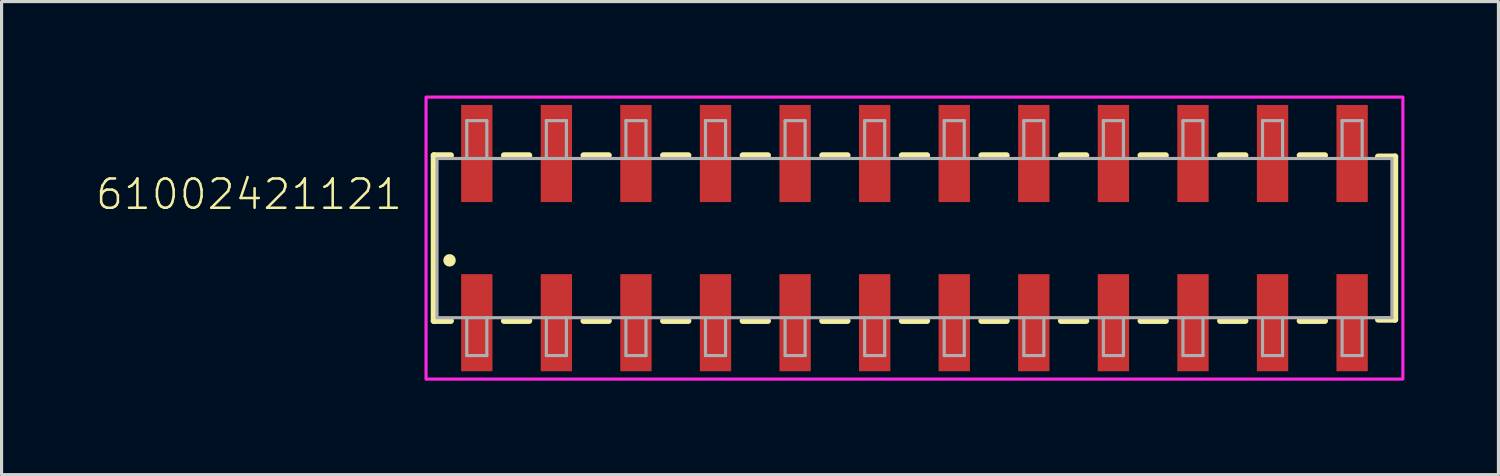
<source format=kicad_pcb>
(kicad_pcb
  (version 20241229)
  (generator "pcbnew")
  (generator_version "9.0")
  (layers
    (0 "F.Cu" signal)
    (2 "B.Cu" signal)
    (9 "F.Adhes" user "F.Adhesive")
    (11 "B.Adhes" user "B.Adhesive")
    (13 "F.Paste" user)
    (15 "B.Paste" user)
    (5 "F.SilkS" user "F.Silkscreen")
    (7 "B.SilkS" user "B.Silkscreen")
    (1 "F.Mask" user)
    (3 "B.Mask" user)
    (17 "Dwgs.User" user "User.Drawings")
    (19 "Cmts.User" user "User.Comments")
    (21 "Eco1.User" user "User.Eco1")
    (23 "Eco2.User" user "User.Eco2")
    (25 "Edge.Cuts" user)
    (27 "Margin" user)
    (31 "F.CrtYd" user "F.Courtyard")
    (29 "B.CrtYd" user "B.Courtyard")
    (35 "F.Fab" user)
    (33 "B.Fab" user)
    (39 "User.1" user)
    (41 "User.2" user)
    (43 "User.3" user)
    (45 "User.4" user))
  (footprint "61002421121"
    (layer "F.Cu")
    (at 26.139 4.55)
    (property "Reference" "61002421121" (at -16.29 -0.85 0) (unlocked yes) (layer "F.SilkS") (effects (font (size 0.935 0.935) (thickness 0.081)) (justify right bottom)))
    (fp_line (start -15.34 -2.64) (end -15.34 2.64) (stroke (width 0.2) (type solid)) (layer "F.SilkS"))
    (fp_line (start -15.34 2.64) (end -14.8 2.64) (stroke (width 0.2) (type solid)) (layer "F.SilkS"))
    (fp_line (start -14.8 -2.64) (end -15.34 -2.64) (stroke (width 0.2) (type solid)) (layer "F.SilkS"))
    (fp_line (start -13.1 2.64) (end -12.3 2.64) (stroke (width 0.2) (type solid)) (layer "F.SilkS"))
    (fp_line (start -12.3 -2.64) (end -13.1 -2.64) (stroke (width 0.2) (type solid)) (layer "F.SilkS"))
    (fp_line (start -10.56 2.64) (end -9.76 2.64) (stroke (width 0.2) (type solid)) (layer "F.SilkS"))
    (fp_line (start -9.76 -2.64) (end -10.56 -2.64) (stroke (width 0.2) (type solid)) (layer "F.SilkS"))
    (fp_line (start -8.02 2.64) (end -7.22 2.64) (stroke (width 0.2) (type solid)) (layer "F.SilkS"))
    (fp_line (start -7.22 -2.64) (end -8.02 -2.64) (stroke (width 0.2) (type solid)) (layer "F.SilkS"))
    (fp_line (start -5.48 2.64) (end -4.68 2.64) (stroke (width 0.2) (type solid)) (layer "F.SilkS"))
    (fp_line (start -4.68 -2.64) (end -5.48 -2.64) (stroke (width 0.2) (type solid)) (layer "F.SilkS"))
    (fp_line (start -2.94 2.64) (end -2.14 2.64) (stroke (width 0.2) (type solid)) (layer "F.SilkS"))
    (fp_line (start -2.14 -2.64) (end -2.94 -2.64) (stroke (width 0.2) (type solid)) (layer "F.SilkS"))
    (fp_line (start -0.4 2.64) (end 0.4 2.64) (stroke (width 0.2) (type solid)) (layer "F.SilkS"))
    (fp_line (start 0.4 -2.64) (end -0.4 -2.64) (stroke (width 0.2) (type solid)) (layer "F.SilkS"))
    (fp_line (start 2.14 2.64) (end 2.94 2.64) (stroke (width 0.2) (type solid)) (layer "F.SilkS"))
    (fp_line (start 2.94 -2.64) (end 2.14 -2.64) (stroke (width 0.2) (type solid)) (layer "F.SilkS"))
    (fp_line (start 4.68 2.64) (end 5.48 2.64) (stroke (width 0.2) (type solid)) (layer "F.SilkS"))
    (fp_line (start 5.48 -2.64) (end 4.68 -2.64) (stroke (width 0.2) (type solid)) (layer "F.SilkS"))
    (fp_line (start 7.22 2.64) (end 8.02 2.64) (stroke (width 0.2) (type solid)) (layer "F.SilkS"))
    (fp_line (start 8.02 -2.64) (end 7.22 -2.64) (stroke (width 0.2) (type solid)) (layer "F.SilkS"))
    (fp_line (start 9.76 2.64) (end 10.56 2.64) (stroke (width 0.2) (type solid)) (layer "F.SilkS"))
    (fp_line (start 10.56 -2.64) (end 9.76 -2.64) (stroke (width 0.2) (type solid)) (layer "F.SilkS"))
    (fp_line (start 12.3 2.64) (end 13.1 2.64) (stroke (width 0.2) (type solid)) (layer "F.SilkS"))
    (fp_line (start 13.1 -2.64) (end 12.3 -2.64) (stroke (width 0.2) (type solid)) (layer "F.SilkS"))
    (fp_line (start 14.8 -2.6) (end 15.34 -2.6) (stroke (width 0.2) (type solid)) (layer "F.SilkS"))
    (fp_line (start 15.34 -2.6) (end 15.34 2.6) (stroke (width 0.2) (type solid)) (layer "F.SilkS"))
    (fp_line (start 15.34 2.6) (end 14.8 2.6) (stroke (width 0.2) (type solid)) (layer "F.SilkS"))
    (fp_circle (center -14.84 0.71) (end -14.74 0.71) (stroke (width 0.2) (type solid)) (fill no) (layer "F.SilkS"))
    (fp_poly (pts (xy 15.59 4.5) (xy -15.59 4.5) (xy -15.59 -4.5) (xy 15.59 -4.5)) (stroke (width 0.1) (type default)) (fill no) (layer "F.CrtYd"))
    (fp_line (start -15.24 -2.54) (end -15.24 2.54) (stroke (width 0.1) (type solid)) (layer "F.Fab"))
    (fp_line (start -15.24 2.54) (end 15.24 2.54) (stroke (width 0.1) (type solid)) (layer "F.Fab"))
    (fp_line (start -14.29 -3.75) (end -13.65 -3.75) (stroke (width 0.1) (type solid)) (layer "F.Fab"))
    (fp_line (start -14.29 -2.54) (end -15.24 -2.54) (stroke (width 0.1) (type solid)) (layer "F.Fab"))
    (fp_line (start -14.29 -2.54) (end -14.29 -3.75) (stroke (width 0.1) (type solid)) (layer "F.Fab"))
    (fp_line (start -14.29 3.75) (end -14.29 2.54) (stroke (width 0.1) (type solid)) (layer "F.Fab"))
    (fp_line (start -13.65 -3.75) (end -13.65 -2.54) (stroke (width 0.1) (type solid)) (layer "F.Fab"))
    (fp_line (start -13.65 -2.54) (end -14.29 -2.54) (stroke (width 0.1) (type solid)) (layer "F.Fab"))
    (fp_line (start -13.65 2.54) (end -13.65 3.75) (stroke (width 0.1) (type solid)) (layer "F.Fab"))
    (fp_line (start -13.65 3.75) (end -14.29 3.75) (stroke (width 0.1) (type solid)) (layer "F.Fab"))
    (fp_line (start -11.75 -3.75) (end -11.11 -3.75) (stroke (width 0.1) (type solid)) (layer "F.Fab"))
    (fp_line (start -11.75 -2.54) (end -11.75 -3.75) (stroke (width 0.1) (type solid)) (layer "F.Fab"))
    (fp_line (start -11.75 3.75) (end -11.75 2.54) (stroke (width 0.1) (type solid)) (layer "F.Fab"))
    (fp_line (start -11.11 -3.75) (end -11.11 -2.54) (stroke (width 0.1) (type solid)) (layer "F.Fab"))
    (fp_line (start -11.11 2.54) (end -11.11 3.75) (stroke (width 0.1) (type solid)) (layer "F.Fab"))
    (fp_line (start -11.11 3.75) (end -11.75 3.75) (stroke (width 0.1) (type solid)) (layer "F.Fab"))
    (fp_line (start -9.21 -3.75) (end -8.57 -3.75) (stroke (width 0.1) (type solid)) (layer "F.Fab"))
    (fp_line (start -9.21 -2.54) (end -9.21 -3.75) (stroke (width 0.1) (type solid)) (layer "F.Fab"))
    (fp_line (start -9.21 3.75) (end -9.21 2.54) (stroke (width 0.1) (type solid)) (layer "F.Fab"))
    (fp_line (start -8.57 -3.75) (end -8.57 -2.54) (stroke (width 0.1) (type solid)) (layer "F.Fab"))
    (fp_line (start -8.57 2.54) (end -8.57 3.75) (stroke (width 0.1) (type solid)) (layer "F.Fab"))
    (fp_line (start -8.57 3.75) (end -9.21 3.75) (stroke (width 0.1) (type solid)) (layer "F.Fab"))
    (fp_line (start -6.67 -3.75) (end -6.03 -3.75) (stroke (width 0.1) (type solid)) (layer "F.Fab"))
    (fp_line (start -6.67 -2.54) (end -6.67 -3.75) (stroke (width 0.1) (type solid)) (layer "F.Fab"))
    (fp_line (start -6.67 3.75) (end -6.67 2.54) (stroke (width 0.1) (type solid)) (layer "F.Fab"))
    (fp_line (start -6.03 -3.75) (end -6.03 -2.54) (stroke (width 0.1) (type solid)) (layer "F.Fab"))
    (fp_line (start -6.03 2.54) (end -6.03 3.75) (stroke (width 0.1) (type solid)) (layer "F.Fab"))
    (fp_line (start -6.03 3.75) (end -6.67 3.75) (stroke (width 0.1) (type solid)) (layer "F.Fab"))
    (fp_line (start -4.13 -3.75) (end -3.49 -3.75) (stroke (width 0.1) (type solid)) (layer "F.Fab"))
    (fp_line (start -4.13 -2.54) (end -4.13 -3.75) (stroke (width 0.1) (type solid)) (layer "F.Fab"))
    (fp_line (start -4.13 3.75) (end -4.13 2.54) (stroke (width 0.1) (type solid)) (layer "F.Fab"))
    (fp_line (start -3.49 -3.75) (end -3.49 -2.54) (stroke (width 0.1) (type solid)) (layer "F.Fab"))
    (fp_line (start -3.49 2.54) (end -3.49 3.75) (stroke (width 0.1) (type solid)) (layer "F.Fab"))
    (fp_line (start -3.49 3.75) (end -4.13 3.75) (stroke (width 0.1) (type solid)) (layer "F.Fab"))
    (fp_line (start -1.59 -3.75) (end -0.95 -3.75) (stroke (width 0.1) (type solid)) (layer "F.Fab"))
    (fp_line (start -1.59 -2.54) (end -1.59 -3.75) (stroke (width 0.1) (type solid)) (layer "F.Fab"))
    (fp_line (start -1.59 3.75) (end -1.59 2.54) (stroke (width 0.1) (type solid)) (layer "F.Fab"))
    (fp_line (start -0.95 -3.75) (end -0.95 -2.54) (stroke (width 0.1) (type solid)) (layer "F.Fab"))
    (fp_line (start -0.95 2.54) (end -0.95 3.75) (stroke (width 0.1) (type solid)) (layer "F.Fab"))
    (fp_line (start -0.95 3.75) (end -1.59 3.75) (stroke (width 0.1) (type solid)) (layer "F.Fab"))
    (fp_line (start 0.95 -3.75) (end 1.59 -3.75) (stroke (width 0.1) (type solid)) (layer "F.Fab"))
    (fp_line (start 0.95 -2.54) (end 0.95 -3.75) (stroke (width 0.1) (type solid)) (layer "F.Fab"))
    (fp_line (start 0.95 3.75) (end 0.95 2.54) (stroke (width 0.1) (type solid)) (layer "F.Fab"))
    (fp_line (start 1.59 -3.75) (end 1.59 -2.54) (stroke (width 0.1) (type solid)) (layer "F.Fab"))
    (fp_line (start 1.59 2.54) (end 1.59 3.75) (stroke (width 0.1) (type solid)) (layer "F.Fab"))
    (fp_line (start 1.59 3.75) (end 0.95 3.75) (stroke (width 0.1) (type solid)) (layer "F.Fab"))
    (fp_line (start 3.49 -3.75) (end 4.13 -3.75) (stroke (width 0.1) (type solid)) (layer "F.Fab"))
    (fp_line (start 3.49 -2.54) (end 3.49 -3.75) (stroke (width 0.1) (type solid)) (layer "F.Fab"))
    (fp_line (start 3.49 3.75) (end 3.49 2.54) (stroke (width 0.1) (type solid)) (layer "F.Fab"))
    (fp_line (start 4.13 -3.75) (end 4.13 -2.54) (stroke (width 0.1) (type solid)) (layer "F.Fab"))
    (fp_line (start 4.13 2.54) (end 4.13 3.75) (stroke (width 0.1) (type solid)) (layer "F.Fab"))
    (fp_line (start 4.13 3.75) (end 3.49 3.75) (stroke (width 0.1) (type solid)) (layer "F.Fab"))
    (fp_line (start 6.03 -3.75) (end 6.67 -3.75) (stroke (width 0.1) (type solid)) (layer "F.Fab"))
    (fp_line (start 6.03 -2.54) (end 6.03 -3.75) (stroke (width 0.1) (type solid)) (layer "F.Fab"))
    (fp_line (start 6.03 3.75) (end 6.03 2.54) (stroke (width 0.1) (type solid)) (layer "F.Fab"))
    (fp_line (start 6.67 -3.75) (end 6.67 -2.54) (stroke (width 0.1) (type solid)) (layer "F.Fab"))
    (fp_line (start 6.67 2.54) (end 6.67 3.75) (stroke (width 0.1) (type solid)) (layer "F.Fab"))
    (fp_line (start 6.67 3.75) (end 6.03 3.75) (stroke (width 0.1) (type solid)) (layer "F.Fab"))
    (fp_line (start 8.57 -3.75) (end 9.21 -3.75) (stroke (width 0.1) (type solid)) (layer "F.Fab"))
    (fp_line (start 8.57 -2.54) (end 8.57 -3.75) (stroke (width 0.1) (type solid)) (layer "F.Fab"))
    (fp_line (start 8.57 3.75) (end 8.57 2.54) (stroke (width 0.1) (type solid)) (layer "F.Fab"))
    (fp_line (start 9.21 -3.75) (end 9.21 -2.54) (stroke (width 0.1) (type solid)) (layer "F.Fab"))
    (fp_line (start 9.21 2.54) (end 9.21 3.75) (stroke (width 0.1) (type solid)) (layer "F.Fab"))
    (fp_line (start 9.21 3.75) (end 8.57 3.75) (stroke (width 0.1) (type solid)) (layer "F.Fab"))
    (fp_line (start 11.11 -3.75) (end 11.75 -3.75) (stroke (width 0.1) (type solid)) (layer "F.Fab"))
    (fp_line (start 11.11 -2.54) (end 11.11 -3.75) (stroke (width 0.1) (type solid)) (layer "F.Fab"))
    (fp_line (start 11.11 3.75) (end 11.11 2.54) (stroke (width 0.1) (type solid)) (layer "F.Fab"))
    (fp_line (start 11.75 -3.75) (end 11.75 -2.54) (stroke (width 0.1) (type solid)) (layer "F.Fab"))
    (fp_line (start 11.75 2.54) (end 11.75 3.75) (stroke (width 0.1) (type solid)) (layer "F.Fab"))
    (fp_line (start 11.75 3.75) (end 11.11 3.75) (stroke (width 0.1) (type solid)) (layer "F.Fab"))
    (fp_line (start 13.65 -3.75) (end 14.29 -3.75) (stroke (width 0.1) (type solid)) (layer "F.Fab"))
    (fp_line (start 13.65 -2.54) (end 13.65 -3.75) (stroke (width 0.1) (type solid)) (layer "F.Fab"))
    (fp_line (start 13.65 3.75) (end 13.65 2.54) (stroke (width 0.1) (type solid)) (layer "F.Fab"))
    (fp_line (start 14.29 -3.75) (end 14.29 -2.54) (stroke (width 0.1) (type solid)) (layer "F.Fab"))
    (fp_line (start 14.29 2.54) (end 14.29 3.75) (stroke (width 0.1) (type solid)) (layer "F.Fab"))
    (fp_line (start 14.29 3.75) (end 13.65 3.75) (stroke (width 0.1) (type solid)) (layer "F.Fab"))
    (fp_line (start 15.24 -2.54) (end -13.65 -2.54) (stroke (width 0.1) (type solid)) (layer "F.Fab"))
    (fp_line (start 15.24 2.54) (end 15.24 -2.54) (stroke (width 0.1) (type solid)) (layer "F.Fab"))
    (pad "1" smd rect (at -13.97 2.7 90) (size 3.1 1) (layers "F.Cu" "F.Mask" "F.Paste"))
    (pad "2" smd rect (at -13.97 -2.7 90) (size 3.1 1) (layers "F.Cu" "F.Mask" "F.Paste"))
    (pad "3" smd rect (at -11.43 2.7 90) (size 3.1 1) (layers "F.Cu" "F.Mask" "F.Paste"))
    (pad "4" smd rect (at -11.43 -2.7 90) (size 3.1 1) (layers "F.Cu" "F.Mask" "F.Paste"))
    (pad "5" smd rect (at -8.89 2.7 90) (size 3.1 1) (layers "F.Cu" "F.Mask" "F.Paste"))
    (pad "6" smd rect (at -8.89 -2.7 90) (size 3.1 1) (layers "F.Cu" "F.Mask" "F.Paste"))
    (pad "7" smd rect (at -6.35 2.7 90) (size 3.1 1) (layers "F.Cu" "F.Mask" "F.Paste"))
    (pad "8" smd rect (at -6.35 -2.7 90) (size 3.1 1) (layers "F.Cu" "F.Mask" "F.Paste"))
    (pad "9" smd rect (at -3.81 2.7 90) (size 3.1 1) (layers "F.Cu" "F.Mask" "F.Paste"))
    (pad "10" smd rect (at -3.81 -2.7 90) (size 3.1 1) (layers "F.Cu" "F.Mask" "F.Paste"))
    (pad "11" smd rect (at -1.27 2.7 90) (size 3.1 1) (layers "F.Cu" "F.Mask" "F.Paste"))
    (pad "12" smd rect (at -1.27 -2.7 90) (size 3.1 1) (layers "F.Cu" "F.Mask" "F.Paste"))
    (pad "13" smd rect (at 1.27 2.7 90) (size 3.1 1) (layers "F.Cu" "F.Mask" "F.Paste"))
    (pad "14" smd rect (at 1.27 -2.7 90) (size 3.1 1) (layers "F.Cu" "F.Mask" "F.Paste"))
    (pad "15" smd rect (at 3.81 2.7 90) (size 3.1 1) (layers "F.Cu" "F.Mask" "F.Paste"))
    (pad "16" smd rect (at 3.81 -2.7 90) (size 3.1 1) (layers "F.Cu" "F.Mask" "F.Paste"))
    (pad "17" smd rect (at 6.35 2.7 90) (size 3.1 1) (layers "F.Cu" "F.Mask" "F.Paste"))
    (pad "18" smd rect (at 6.35 -2.7 90) (size 3.1 1) (layers "F.Cu" "F.Mask" "F.Paste"))
    (pad "19" smd rect (at 8.89 2.7 90) (size 3.1 1) (layers "F.Cu" "F.Mask" "F.Paste"))
    (pad "20" smd rect (at 8.89 -2.7 90) (size 3.1 1) (layers "F.Cu" "F.Mask" "F.Paste"))
    (pad "21" smd rect (at 11.43 2.7 90) (size 3.1 1) (layers "F.Cu" "F.Mask" "F.Paste"))
    (pad "22" smd rect (at 11.43 -2.7 90) (size 3.1 1) (layers "F.Cu" "F.Mask" "F.Paste"))
    (pad "23" smd rect (at 13.97 2.7 90) (size 3.1 1) (layers "F.Cu" "F.Mask" "F.Paste"))
    (pad "24" smd rect (at 13.97 -2.7 90) (size 3.1 1) (layers "F.Cu" "F.Mask" "F.Paste")))
  (gr_rect
    (start -3 -3)
    (end 44.779 12.1)
    (stroke (width 0.1) (type default))
    (fill no)
    (layer "Edge.Cuts")))
</source>
